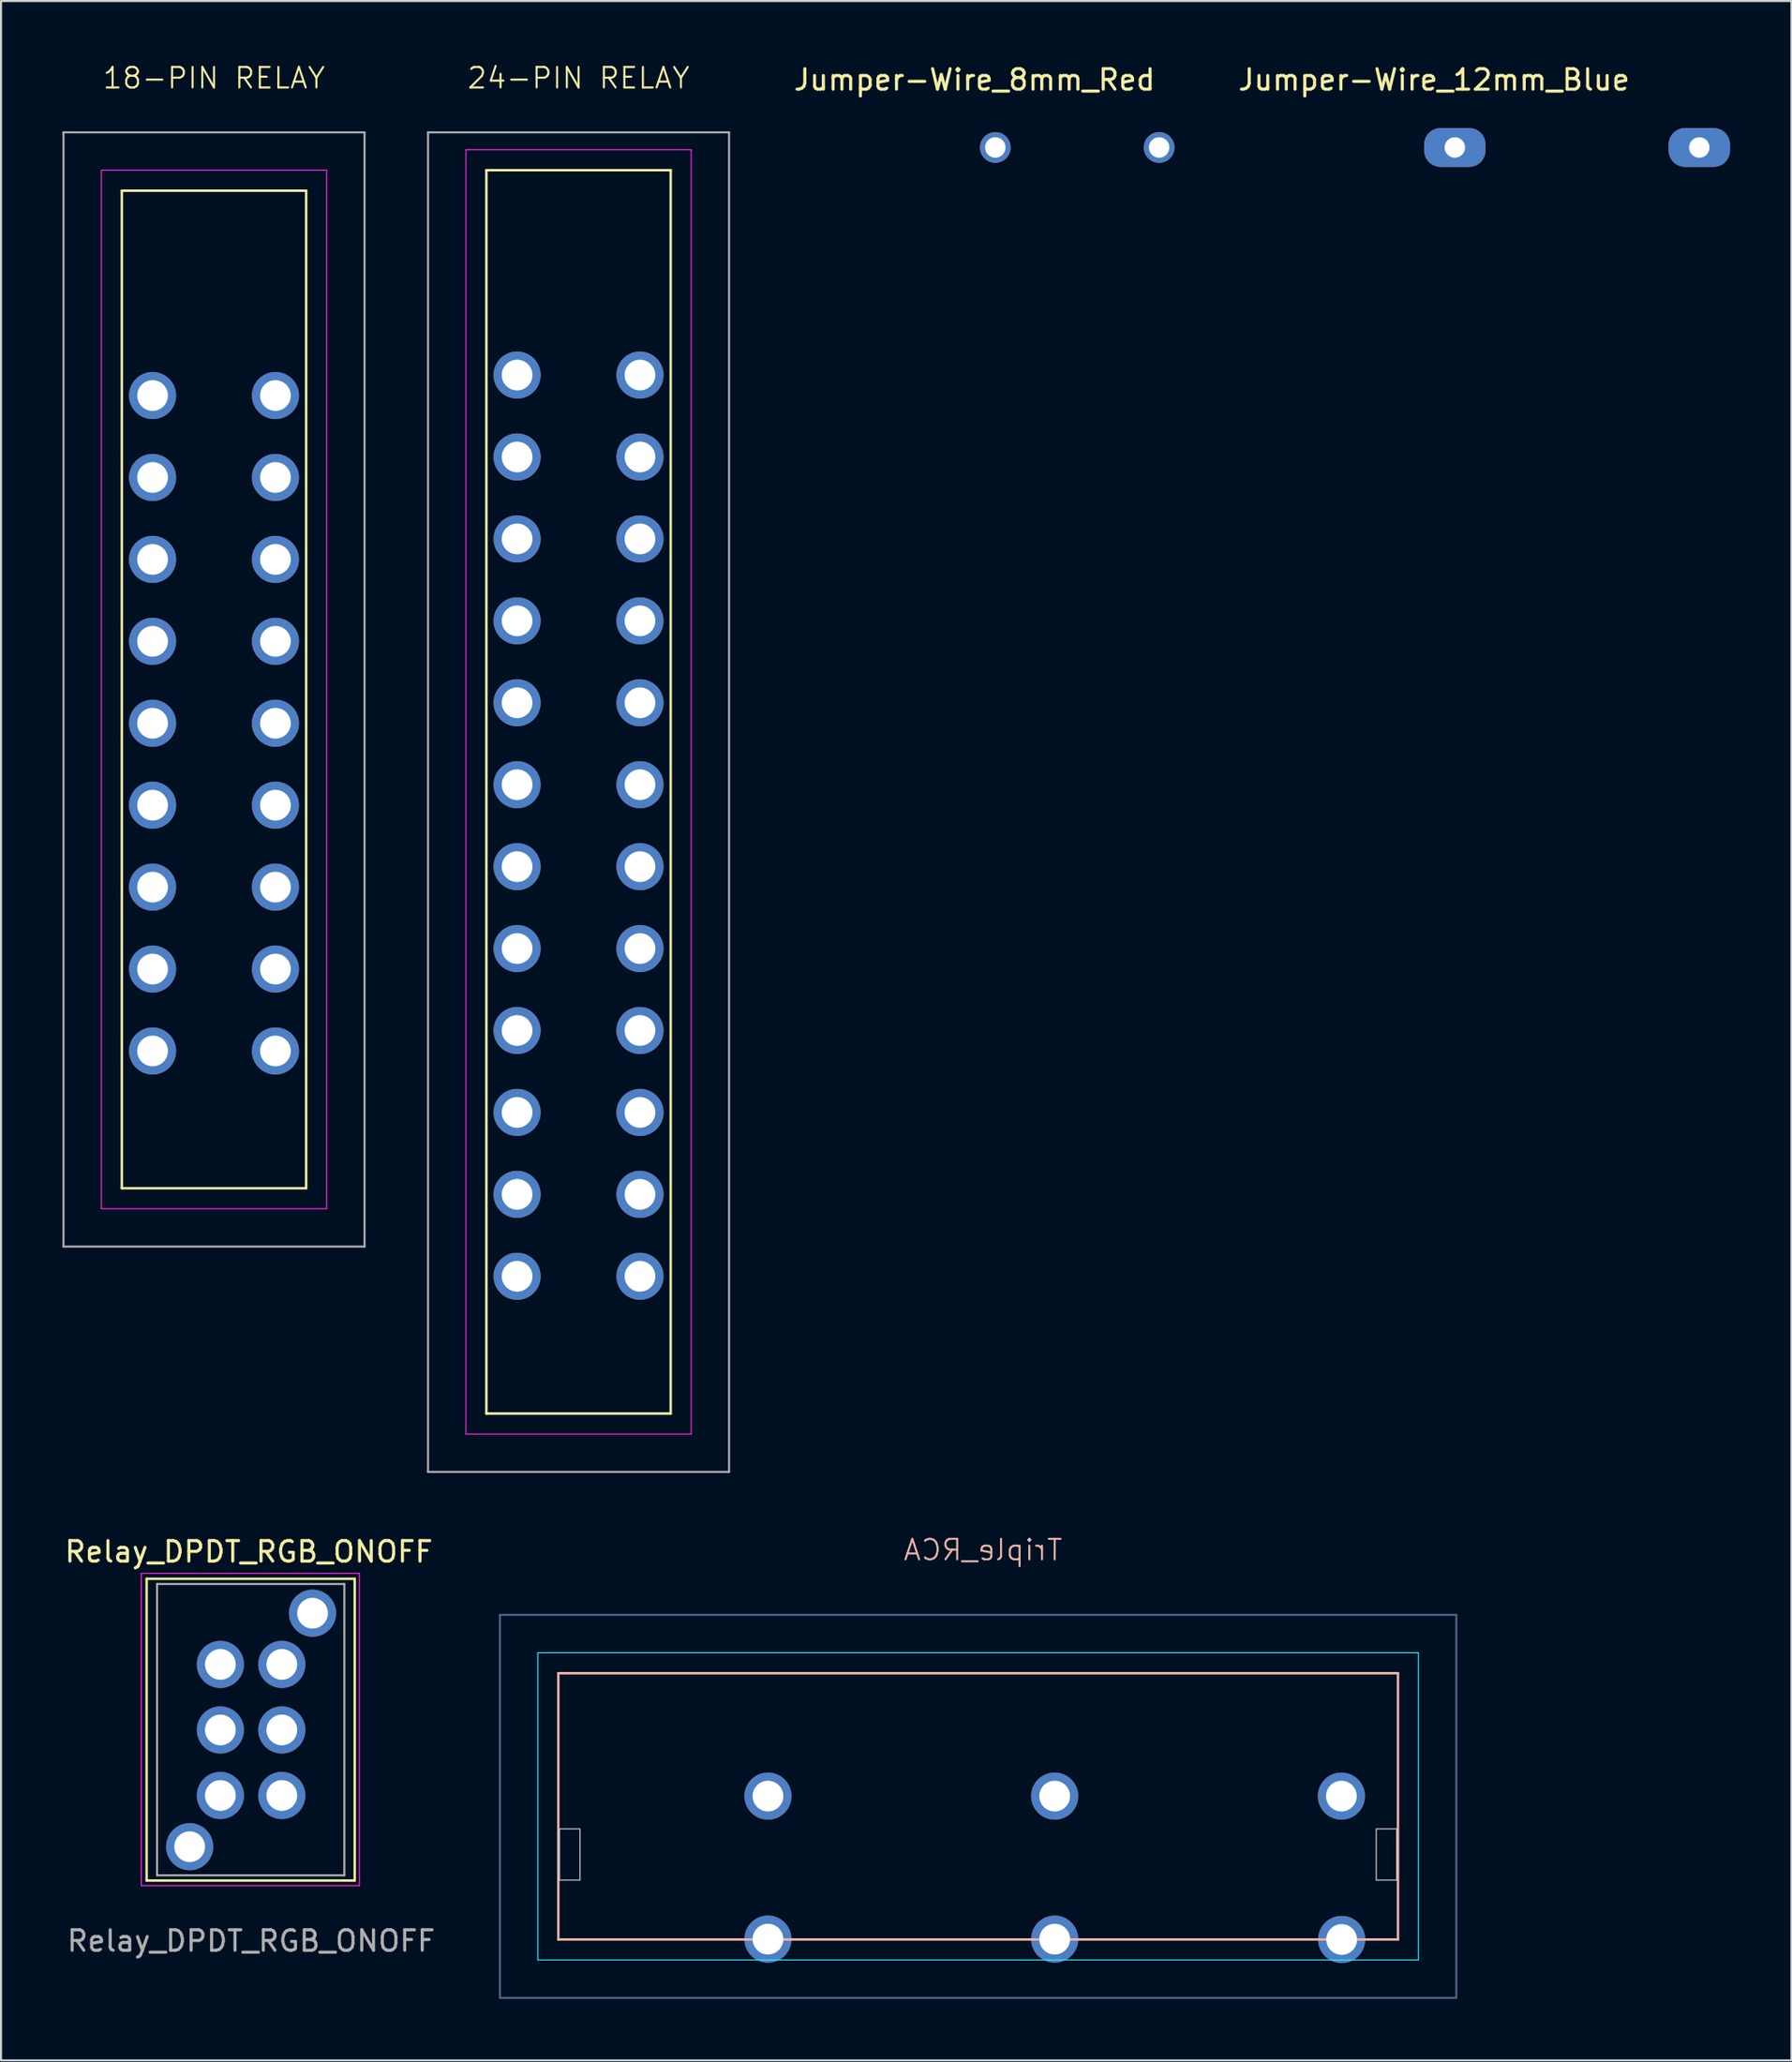
<source format=kicad_pcb>
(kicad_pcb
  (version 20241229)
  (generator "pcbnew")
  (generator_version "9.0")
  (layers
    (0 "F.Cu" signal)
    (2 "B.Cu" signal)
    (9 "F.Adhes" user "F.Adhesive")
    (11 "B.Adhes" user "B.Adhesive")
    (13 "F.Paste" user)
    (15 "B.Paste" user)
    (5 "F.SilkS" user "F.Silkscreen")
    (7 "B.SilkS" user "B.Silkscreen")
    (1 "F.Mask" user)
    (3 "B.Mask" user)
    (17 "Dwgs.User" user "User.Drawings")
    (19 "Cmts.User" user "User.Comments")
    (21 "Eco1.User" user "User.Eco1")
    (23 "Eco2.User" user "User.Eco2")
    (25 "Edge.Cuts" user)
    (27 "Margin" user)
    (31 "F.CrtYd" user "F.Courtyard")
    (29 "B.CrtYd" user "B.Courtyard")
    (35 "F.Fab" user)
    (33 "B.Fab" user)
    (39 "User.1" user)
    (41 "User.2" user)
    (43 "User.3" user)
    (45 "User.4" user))
  (footprint "24-PIN RELAY"
    (layer "F.Cu")
    (at 19.7 12.761)
    (property "Reference" "24-PIN RELAY" (at 5.5 -12 0) (unlocked yes) (layer "F.SilkS") (effects (font (size 1 1) (thickness 0.1))))
    (attr through_hole)
    (fp_line (start 1 -7.5) (end 10 -7.5) (stroke (width 0.12) (type solid)) (layer "F.SilkS"))
    (fp_line (start 1 53.2) (end 1 -7.5) (stroke (width 0.12) (type solid)) (layer "F.SilkS"))
    (fp_line (start 1 53.2) (end 10 53.2) (stroke (width 0.12) (type solid)) (layer "F.SilkS"))
    (fp_line (start 10 -7.5) (end 10 53.2) (stroke (width 0.12) (type solid)) (layer "F.SilkS"))
    (fp_line (start 0 -8.5) (end 11 -8.5) (stroke (width 0.05) (type solid)) (layer "F.CrtYd"))
    (fp_line (start 0 54.2) (end 0 -8.5) (stroke (width 0.05) (type solid)) (layer "F.CrtYd"))
    (fp_line (start 0 54.2) (end 11 54.2) (stroke (width 0.05) (type solid)) (layer "F.CrtYd"))
    (fp_line (start 11 54.2) (end 11 -8.5) (stroke (width 0.05) (type solid)) (layer "F.CrtYd"))
    (fp_line (start -1.85 -9.35) (end 12.85 -9.35) (stroke (width 0.1) (type solid)) (layer "F.Fab"))
    (fp_line (start -1.85 56.05) (end -1.85 -9.35) (stroke (width 0.1) (type solid)) (layer "F.Fab"))
    (fp_line (start -1.85 56.05) (end 12.85 56.05) (stroke (width 0.1) (type solid)) (layer "F.Fab"))
    (fp_line (start 12.85 -9.35) (end 12.85 56.05) (stroke (width 0.1) (type solid)) (layer "F.Fab"))
    (pad "11" thru_hole circle (at 2.5 6.5) (size 2.3 2.3) (drill 1.5) (layers "*.Cu" "*.Mask"))
    (pad "12" thru_hole circle (at 2.5 2.5) (size 2.3 2.3) (drill 1.5) (layers "*.Cu" "*.Mask"))
    (pad "14" thru_hole circle (at 2.5 10.5) (size 2.3 2.3) (drill 1.5) (layers "*.Cu" "*.Mask"))
    (pad "21" thru_hole circle (at 2.5 18.5) (size 2.3 2.3) (drill 1.5) (layers "*.Cu" "*.Mask"))
    (pad "22" thru_hole circle (at 2.5 14.5) (size 2.3 2.3) (drill 1.5) (layers "*.Cu" "*.Mask"))
    (pad "24" thru_hole circle (at 2.5 22.5) (size 2.3 2.3) (drill 1.5) (layers "*.Cu" "*.Mask"))
    (pad "31" thru_hole circle (at 2.5 30.5) (size 2.3 2.3) (drill 1.5) (layers "*.Cu" "*.Mask"))
    (pad "32" thru_hole circle (at 2.5 26.5) (size 2.3 2.3) (drill 1.5) (layers "*.Cu" "*.Mask"))
    (pad "34" thru_hole circle (at 2.5 34.5) (size 2.3 2.3) (drill 1.5) (layers "*.Cu" "*.Mask"))
    (pad "41" thru_hole circle (at 2.5 42.5) (size 2.3 2.3) (drill 1.5) (layers "*.Cu" "*.Mask"))
    (pad "42" thru_hole circle (at 2.5 38.5) (size 2.3 2.3) (drill 1.5) (layers "*.Cu" "*.Mask"))
    (pad "44" thru_hole circle (at 2.5 46.5) (size 2.3 2.3) (drill 1.5) (layers "*.Cu" "*.Mask"))
    (pad "51" thru_hole circle (at 8.5 6.5) (size 2.3 2.3) (drill 1.5) (layers "*.Cu" "*.Mask"))
    (pad "52" thru_hole circle (at 8.5 2.5) (size 2.3 2.3) (drill 1.5) (layers "*.Cu" "*.Mask"))
    (pad "54" thru_hole circle (at 8.5 10.5) (size 2.3 2.3) (drill 1.5) (layers "*.Cu" "*.Mask"))
    (pad "61" thru_hole circle (at 8.5 18.5) (size 2.3 2.3) (drill 1.5) (layers "*.Cu" "*.Mask"))
    (pad "62" thru_hole circle (at 8.5 14.5) (size 2.3 2.3) (drill 1.5) (layers "*.Cu" "*.Mask"))
    (pad "64" thru_hole circle (at 8.5 22.5) (size 2.3 2.3) (drill 1.5) (layers "*.Cu" "*.Mask"))
    (pad "71" thru_hole circle (at 8.5 30.5) (size 2.3 2.3) (drill 1.5) (layers "*.Cu" "*.Mask"))
    (pad "72" thru_hole circle (at 8.5 26.5) (size 2.3 2.3) (drill 1.5) (layers "*.Cu" "*.Mask"))
    (pad "74" thru_hole circle (at 8.5 34.5) (size 2.3 2.3) (drill 1.5) (layers "*.Cu" "*.Mask"))
    (pad "81" thru_hole circle (at 8.5 42.5) (size 2.3 2.3) (drill 1.5) (layers "*.Cu" "*.Mask"))
    (pad "82" thru_hole circle (at 8.5 38.5) (size 2.3 2.3) (drill 1.5) (layers "*.Cu" "*.Mask"))
    (pad "84" thru_hole circle (at 8.5 46.5) (size 2.3 2.3) (drill 1.5) (layers "*.Cu" "*.Mask")))
  (footprint "Relay_DPDT_RGB_ONOFF"
    (layer "F.Cu")
    (at 5.211 77.209)
    (property "Reference" "Relay_DPDT_RGB_ONOFF" (at 3.89 -4.5 0) (layer "F.SilkS") (effects (font (size 1 1) (thickness 0.15))))
    (attr through_hole)
    (fp_line (start -1.1 -3.18) (end -1.1 11.552) (stroke (width 0.12) (type solid)) (layer "F.SilkS"))
    (fp_line (start -1.1 11.552) (end 9.06 11.552) (stroke (width 0.12) (type solid)) (layer "F.SilkS"))
    (fp_line (start 9.06 -3.18) (end -1.1 -3.18) (stroke (width 0.12) (type solid)) (layer "F.SilkS"))
    (fp_line (start 9.06 11.552) (end 9.06 -3.18) (stroke (width 0.12) (type solid)) (layer "F.SilkS"))
    (fp_line (start -1.36 -3.444) (end -1.36 11.806) (stroke (width 0.05) (type solid)) (layer "F.CrtYd"))
    (fp_line (start -1.36 11.806) (end 9.29 11.806) (stroke (width 0.05) (type solid)) (layer "F.CrtYd"))
    (fp_line (start 9.29 -3.444) (end -1.36 -3.444) (stroke (width 0.05) (type solid)) (layer "F.CrtYd"))
    (fp_line (start 9.29 11.806) (end 9.29 -3.444) (stroke (width 0.05) (type solid)) (layer "F.CrtYd"))
    (fp_line (start -0.592 -2.926) (end -0.592 11.298) (stroke (width 0.1) (type solid)) (layer "F.Fab"))
    (fp_line (start -0.592 11.298) (end 8.552 11.298) (stroke (width 0.1) (type solid)) (layer "F.Fab"))
    (fp_line (start 8.552 -2.926) (end -0.592 -2.926) (stroke (width 0.1) (type solid)) (layer "F.Fab"))
    (fp_line (start 8.552 11.298) (end 8.552 -2.926) (stroke (width 0.1) (type solid)) (layer "F.Fab"))
    (fp_text user "${REFERENCE}" (at 4 14.5 0) (unlocked yes) (layer "F.Fab") (effects (font (size 1 1) (thickness 0.15))))
    (pad "11" thru_hole circle (at 5.5 4.2) (size 2.3 2.3) (drill 1.5) (layers "*.Cu" "*.Mask"))
    (pad "12" thru_hole circle (at 5.5 1) (size 2.3 2.3) (drill 1.5) (layers "*.Cu" "*.Mask"))
    (pad "14" thru_hole circle (at 5.5 7.4) (size 2.3 2.3) (drill 1.5) (layers "*.Cu" "*.Mask"))
    (pad "21" thru_hole circle (at 2.5 4.2) (size 2.3 2.3) (drill 1.5) (layers "*.Cu" "*.Mask"))
    (pad "22" thru_hole circle (at 2.5 1) (size 2.3 2.3) (drill 1.5) (layers "*.Cu" "*.Mask"))
    (pad "24" thru_hole circle (at 2.5 7.4) (size 2.3 2.3) (drill 1.5) (layers "*.Cu" "*.Mask"))
    (pad "GND1" thru_hole circle (at 7 -1.5) (size 2.3 2.3) (drill 1.5) (layers "*.Cu" "*.Mask"))
    (pad "GND2" thru_hole circle (at 1 9.9) (size 2.3 2.3) (drill 1.5) (layers "*.Cu" "*.Mask")))
  (footprint "Triple_RCA"
    (layer "F.Cu")
    (at 65.95 73.121)
    (property "Reference" "Triple_RCA" (at -21 -0.5 0) (unlocked yes) (layer "B.SilkS") (effects (font (size 1 1) (thickness 0.1)) (justify mirror)))
    (attr through_hole)
    (fp_line (start -41.738 5.518) (end -0.738 5.518) (stroke (width 0.12) (type solid)) (layer "B.SilkS"))
    (fp_line (start -41.738 18.518) (end -41.738 5.518) (stroke (width 0.12) (type solid)) (layer "B.SilkS"))
    (fp_line (start -0.738 5.518) (end -0.738 18.518) (stroke (width 0.12) (type solid)) (layer "B.SilkS"))
    (fp_line (start -0.738 18.518) (end -41.738 18.518) (stroke (width 0.12) (type solid)) (layer "B.SilkS"))
    (fp_rect (start -41.678 13.118) (end -40.678 15.618) (stroke (width 0.05) (type default)) (fill no) (layer "Edge.Cuts"))
    (fp_rect (start -1.798 13.118) (end -0.798 15.618) (stroke (width 0.05) (type solid)) (fill no) (layer "Edge.Cuts"))
    (fp_line (start -42.738 4.518) (end 0.262 4.518) (stroke (width 0.05) (type solid)) (layer "B.CrtYd"))
    (fp_line (start -42.738 19.518) (end -42.738 4.518) (stroke (width 0.05) (type solid)) (layer "B.CrtYd"))
    (fp_line (start 0.262 4.518) (end 0.262 19.518) (stroke (width 0.05) (type solid)) (layer "B.CrtYd"))
    (fp_line (start 0.262 19.518) (end -42.738 19.518) (stroke (width 0.05) (type solid)) (layer "B.CrtYd"))
    (fp_line (start -44.588 2.668) (end 2.112 2.668) (stroke (width 0.1) (type solid)) (layer "B.Fab"))
    (fp_line (start -44.588 21.368) (end -44.588 2.668) (stroke (width 0.1) (type solid)) (layer "B.Fab"))
    (fp_line (start 2.112 2.668) (end 2.112 21.368) (stroke (width 0.1) (type solid)) (layer "B.Fab"))
    (fp_line (start 2.112 21.368) (end -44.588 21.368) (stroke (width 0.1) (type solid)) (layer "B.Fab"))
    (pad "C" thru_hole circle (at -31.5 18.5) (size 2.3 2.3) (drill 1.5) (layers "*.Cu" "*.Mask"))
    (pad "GND" thru_hole circle (at -31.5 11.518) (size 2.3 2.3) (drill 1.5) (layers "*.Cu" "*.Mask"))
    (pad "GND" thru_hole circle (at -17.5 11.518) (size 2.3 2.3) (drill 1.5) (layers "*.Cu" "*.Mask"))
    (pad "GND" thru_hole circle (at -3.5 11.518) (size 2.3 2.3) (drill 1.5) (layers "*.Cu" "*.Mask"))
    (pad "L" thru_hole circle (at -17.5 18.5) (size 2.3 2.3) (drill 1.5) (layers "*.Cu" "*.Mask"))
    (pad "R" thru_hole circle (at -3.488 18.518) (size 2.3 2.3) (drill 1.5) (layers "*.Cu" "*.Mask")))
  (footprint "Jumper-Wire_12mm_Blue"
    (layer "F.Cu")
    (at 67.989 4.15)
    (property "Reference" "Jumper-Wire_12mm_Blue" (at -1.016 -3.302 0) (layer "F.SilkS") (effects (font (size 1 1) (thickness 0.15))))
    (attr through_hole)
    (pad "1" thru_hole roundrect (at 0 0) (size 3 1.9) (drill 1) (layers "B.Cu") (roundrect_rratio 0.421))
    (pad "2" thru_hole roundrect (at 11.938 0) (size 3 1.9) (drill 1) (layers "B.Cu") (roundrect_rratio 0.421)))
  (footprint "Jumper-Wire_8mm_Red"
    (layer "F.Cu")
    (at 45.551 4.15)
    (property "Reference" "Jumper-Wire_8mm_Red" (at -1.016 -3.302 0) (layer "F.SilkS") (effects (font (size 1 1) (thickness 0.15))))
    (attr through_hole)
    (pad "1" thru_hole circle (at 0 0) (size 1.5 1.5) (drill 1) (layers "*.Cu"))
    (pad "2" thru_hole circle (at 8 0) (size 1.5 1.5) (drill 1) (layers "*.Cu")))
  (footprint "18-PIN RELAY"
    (layer "F.Cu")
    (at 1.9 13.761)
    (property "Reference" "18-PIN RELAY" (at 5.5 -13 0) (unlocked yes) (layer "F.SilkS") (effects (font (size 1 1) (thickness 0.1))))
    (attr through_hole)
    (fp_line (start 1 -7.5) (end 10 -7.5) (stroke (width 0.12) (type solid)) (layer "F.SilkS"))
    (fp_line (start 1 41.2) (end 1 -7.5) (stroke (width 0.12) (type solid)) (layer "F.SilkS"))
    (fp_line (start 1 41.2) (end 10 41.2) (stroke (width 0.12) (type solid)) (layer "F.SilkS"))
    (fp_line (start 10 -7.5) (end 10 41.2) (stroke (width 0.12) (type solid)) (layer "F.SilkS"))
    (fp_line (start 0 -8.5) (end 11 -8.5) (stroke (width 0.05) (type solid)) (layer "F.CrtYd"))
    (fp_line (start 0 42.2) (end 0 -8.5) (stroke (width 0.05) (type solid)) (layer "F.CrtYd"))
    (fp_line (start 0 42.2) (end 11 42.2) (stroke (width 0.05) (type solid)) (layer "F.CrtYd"))
    (fp_line (start 11 42.2) (end 11 -8.5) (stroke (width 0.05) (type solid)) (layer "F.CrtYd"))
    (fp_line (start -1.85 -10.35) (end 12.85 -10.35) (stroke (width 0.1) (type solid)) (layer "F.Fab"))
    (fp_line (start -1.85 44.05) (end -1.85 -10.35) (stroke (width 0.1) (type solid)) (layer "F.Fab"))
    (fp_line (start -1.85 44.05) (end 12.85 44.05) (stroke (width 0.1) (type solid)) (layer "F.Fab"))
    (fp_line (start 12.85 -10.35) (end 12.85 44.05) (stroke (width 0.1) (type solid)) (layer "F.Fab"))
    (pad "11" thru_hole circle (at 2.5 6.5) (size 2.3 2.3) (drill 1.5) (layers "*.Cu" "*.Mask"))
    (pad "12" thru_hole circle (at 2.5 2.5) (size 2.3 2.3) (drill 1.5) (layers "*.Cu" "*.Mask"))
    (pad "14" thru_hole circle (at 2.5 10.5) (size 2.3 2.3) (drill 1.5) (layers "*.Cu" "*.Mask"))
    (pad "21" thru_hole circle (at 2.5 18.5) (size 2.3 2.3) (drill 1.5) (layers "*.Cu" "*.Mask"))
    (pad "22" thru_hole circle (at 2.5 14.5) (size 2.3 2.3) (drill 1.5) (layers "*.Cu" "*.Mask"))
    (pad "24" thru_hole circle (at 2.5 22.5) (size 2.3 2.3) (drill 1.5) (layers "*.Cu" "*.Mask"))
    (pad "31" thru_hole circle (at 2.5 30.5) (size 2.3 2.3) (drill 1.5) (layers "*.Cu" "*.Mask"))
    (pad "32" thru_hole circle (at 2.5 26.5) (size 2.3 2.3) (drill 1.5) (layers "*.Cu" "*.Mask"))
    (pad "34" thru_hole circle (at 2.5 34.5) (size 2.3 2.3) (drill 1.5) (layers "*.Cu" "*.Mask"))
    (pad "41" thru_hole circle (at 8.5 6.5) (size 2.3 2.3) (drill 1.5) (layers "*.Cu" "*.Mask"))
    (pad "42" thru_hole circle (at 8.5 2.5) (size 2.3 2.3) (drill 1.5) (layers "*.Cu" "*.Mask"))
    (pad "44" thru_hole circle (at 8.5 10.5) (size 2.3 2.3) (drill 1.5) (layers "*.Cu" "*.Mask"))
    (pad "51" thru_hole circle (at 8.5 18.5) (size 2.3 2.3) (drill 1.5) (layers "*.Cu" "*.Mask"))
    (pad "52" thru_hole circle (at 8.5 14.5) (size 2.3 2.3) (drill 1.5) (layers "*.Cu" "*.Mask"))
    (pad "54" thru_hole circle (at 8.5 22.5) (size 2.3 2.3) (drill 1.5) (layers "*.Cu" "*.Mask"))
    (pad "61" thru_hole circle (at 8.5 30.5) (size 2.3 2.3) (drill 1.5) (layers "*.Cu" "*.Mask"))
    (pad "62" thru_hole circle (at 8.5 26.5) (size 2.3 2.3) (drill 1.5) (layers "*.Cu" "*.Mask"))
    (pad "64" thru_hole circle (at 8.5 34.5) (size 2.3 2.3) (drill 1.5) (layers "*.Cu" "*.Mask")))
  (gr_rect
    (start -3 -3)
    (end 84.427 97.539)
    (stroke (width 0.1) (type default))
    (fill no)
    (layer "Edge.Cuts")))
</source>
